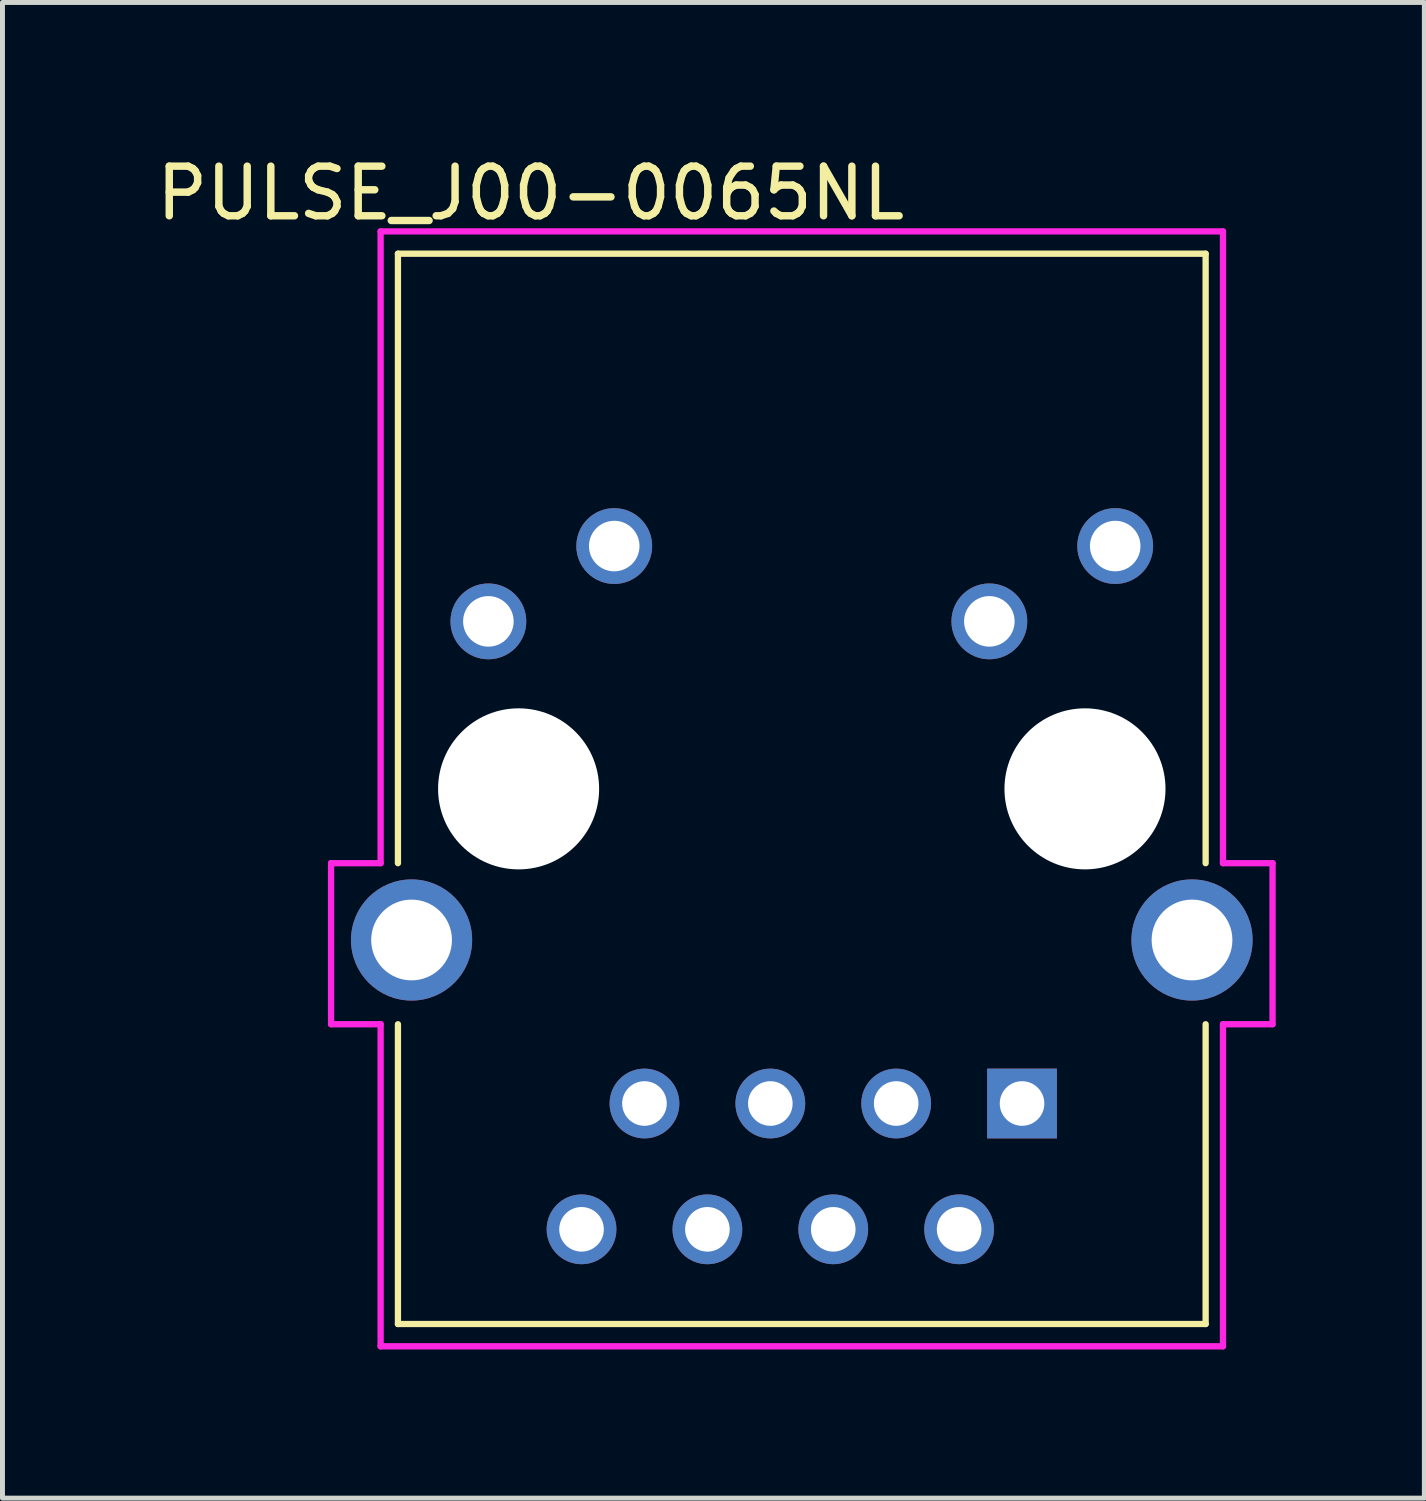
<source format=kicad_pcb>
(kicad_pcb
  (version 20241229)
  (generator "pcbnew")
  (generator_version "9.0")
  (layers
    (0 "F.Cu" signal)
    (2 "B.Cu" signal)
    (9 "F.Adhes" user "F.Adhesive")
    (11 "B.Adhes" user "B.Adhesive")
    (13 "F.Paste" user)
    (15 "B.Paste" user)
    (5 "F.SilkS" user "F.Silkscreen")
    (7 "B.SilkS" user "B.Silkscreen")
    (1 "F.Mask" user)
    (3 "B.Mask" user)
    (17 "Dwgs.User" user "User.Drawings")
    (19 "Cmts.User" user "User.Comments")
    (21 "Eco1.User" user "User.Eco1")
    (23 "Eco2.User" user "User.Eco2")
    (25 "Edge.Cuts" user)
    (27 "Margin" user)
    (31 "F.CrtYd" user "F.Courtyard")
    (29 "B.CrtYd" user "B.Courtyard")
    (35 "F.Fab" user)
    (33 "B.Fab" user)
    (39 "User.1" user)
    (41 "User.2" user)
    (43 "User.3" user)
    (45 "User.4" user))
  (footprint "PULSE_J00-0065NL"
    (layer "F.Cu")
    (at 13.131 12.87)
    (property "Reference" "PULSE_J00-0065NL" (at -5.472 -12.021 0) (layer "F.SilkS") (effects (font (size 1.001 1.001) (thickness 0.15))))
    (attr through_hole)
    (fp_line (start -8.15 -10.8) (end 8.15 -10.8) (stroke (width 0.127) (type solid)) (layer "F.SilkS"))
    (fp_line (start -8.15 1.5) (end -8.15 -10.8) (stroke (width 0.127) (type solid)) (layer "F.SilkS"))
    (fp_line (start -8.15 10.8) (end -8.15 4.75) (stroke (width 0.127) (type solid)) (layer "F.SilkS"))
    (fp_line (start 8.15 -10.8) (end 8.15 1.5) (stroke (width 0.127) (type solid)) (layer "F.SilkS"))
    (fp_line (start 8.15 4.75) (end 8.15 10.8) (stroke (width 0.127) (type solid)) (layer "F.SilkS"))
    (fp_line (start 8.15 10.8) (end -8.15 10.8) (stroke (width 0.127) (type solid)) (layer "F.SilkS"))
    (fp_line (start -9.5 1.5) (end -8.5 1.5) (stroke (width 0.127) (type solid)) (layer "F.CrtYd"))
    (fp_line (start -9.5 4.75) (end -9.5 1.5) (stroke (width 0.127) (type solid)) (layer "F.CrtYd"))
    (fp_line (start -8.5 -11.25) (end 8.5 -11.25) (stroke (width 0.127) (type solid)) (layer "F.CrtYd"))
    (fp_line (start -8.5 1.5) (end -8.5 -11.25) (stroke (width 0.127) (type solid)) (layer "F.CrtYd"))
    (fp_line (start -8.5 4.75) (end -9.5 4.75) (stroke (width 0.127) (type solid)) (layer "F.CrtYd"))
    (fp_line (start -8.5 11.25) (end -8.5 4.75) (stroke (width 0.127) (type solid)) (layer "F.CrtYd"))
    (fp_line (start 8.5 -11.25) (end 8.5 1.5) (stroke (width 0.127) (type solid)) (layer "F.CrtYd"))
    (fp_line (start 8.5 1.5) (end 9.5 1.5) (stroke (width 0.127) (type solid)) (layer "F.CrtYd"))
    (fp_line (start 8.5 4.75) (end 8.5 11.25) (stroke (width 0.127) (type solid)) (layer "F.CrtYd"))
    (fp_line (start 8.5 11.25) (end -8.5 11.25) (stroke (width 0.127) (type solid)) (layer "F.CrtYd"))
    (fp_line (start 9.5 1.5) (end 9.5 4.75) (stroke (width 0.127) (type solid)) (layer "F.CrtYd"))
    (fp_line (start 9.5 4.75) (end 8.5 4.75) (stroke (width 0.127) (type solid)) (layer "F.CrtYd"))
    (pad "" np_thru_hole circle (at -5.715 0) (size 3.25 3.25) (drill 3.25) (layers "*.Cu" "*.Mask"))
    (pad "" np_thru_hole circle (at 5.715 0) (size 3.25 3.25) (drill 3.25) (layers "*.Cu" "*.Mask"))
    (pad "1" thru_hole rect (at 4.445 6.35) (size 1.408 1.408) (drill 0.9) (layers "*.Cu" "*.Mask"))
    (pad "2" thru_hole circle (at 3.175 8.889) (size 1.408 1.408) (drill 0.9) (layers "*.Cu" "*.Mask"))
    (pad "3" thru_hole circle (at 1.905 6.35) (size 1.408 1.408) (drill 0.9) (layers "*.Cu" "*.Mask"))
    (pad "4" thru_hole circle (at 0.635 8.889) (size 1.408 1.408) (drill 0.9) (layers "*.Cu" "*.Mask"))
    (pad "5" thru_hole circle (at -0.635 6.35) (size 1.408 1.408) (drill 0.9) (layers "*.Cu" "*.Mask"))
    (pad "6" thru_hole circle (at -1.905 8.889) (size 1.408 1.408) (drill 0.9) (layers "*.Cu" "*.Mask"))
    (pad "7" thru_hole circle (at -3.175 6.35) (size 1.408 1.408) (drill 0.9) (layers "*.Cu" "*.Mask"))
    (pad "8" thru_hole circle (at -4.445 8.889) (size 1.408 1.408) (drill 0.9) (layers "*.Cu" "*.Mask"))
    (pad "9" thru_hole circle (at 6.325 -4.9) (size 1.53 1.53) (drill 1.02) (layers "*.Cu" "*.Mask"))
    (pad "10" thru_hole circle (at 3.785 -3.38) (size 1.53 1.53) (drill 1.02) (layers "*.Cu" "*.Mask"))
    (pad "11" thru_hole circle (at -3.785 -4.9) (size 1.53 1.53) (drill 1.02) (layers "*.Cu" "*.Mask"))
    (pad "12" thru_hole circle (at -6.325 -3.38) (size 1.53 1.53) (drill 1.02) (layers "*.Cu" "*.Mask"))
    (pad "S1" thru_hole circle (at 7.875 3.05) (size 2.445 2.445) (drill 1.63) (layers "*.Cu" "*.Mask"))
    (pad "S2" thru_hole circle (at -7.875 3.05) (size 2.445 2.445) (drill 1.63) (layers "*.Cu" "*.Mask")))
  (gr_rect
    (start -3 -3)
    (end 25.695 27.184)
    (stroke (width 0.1) (type default))
    (fill no)
    (layer "Edge.Cuts")))
</source>
